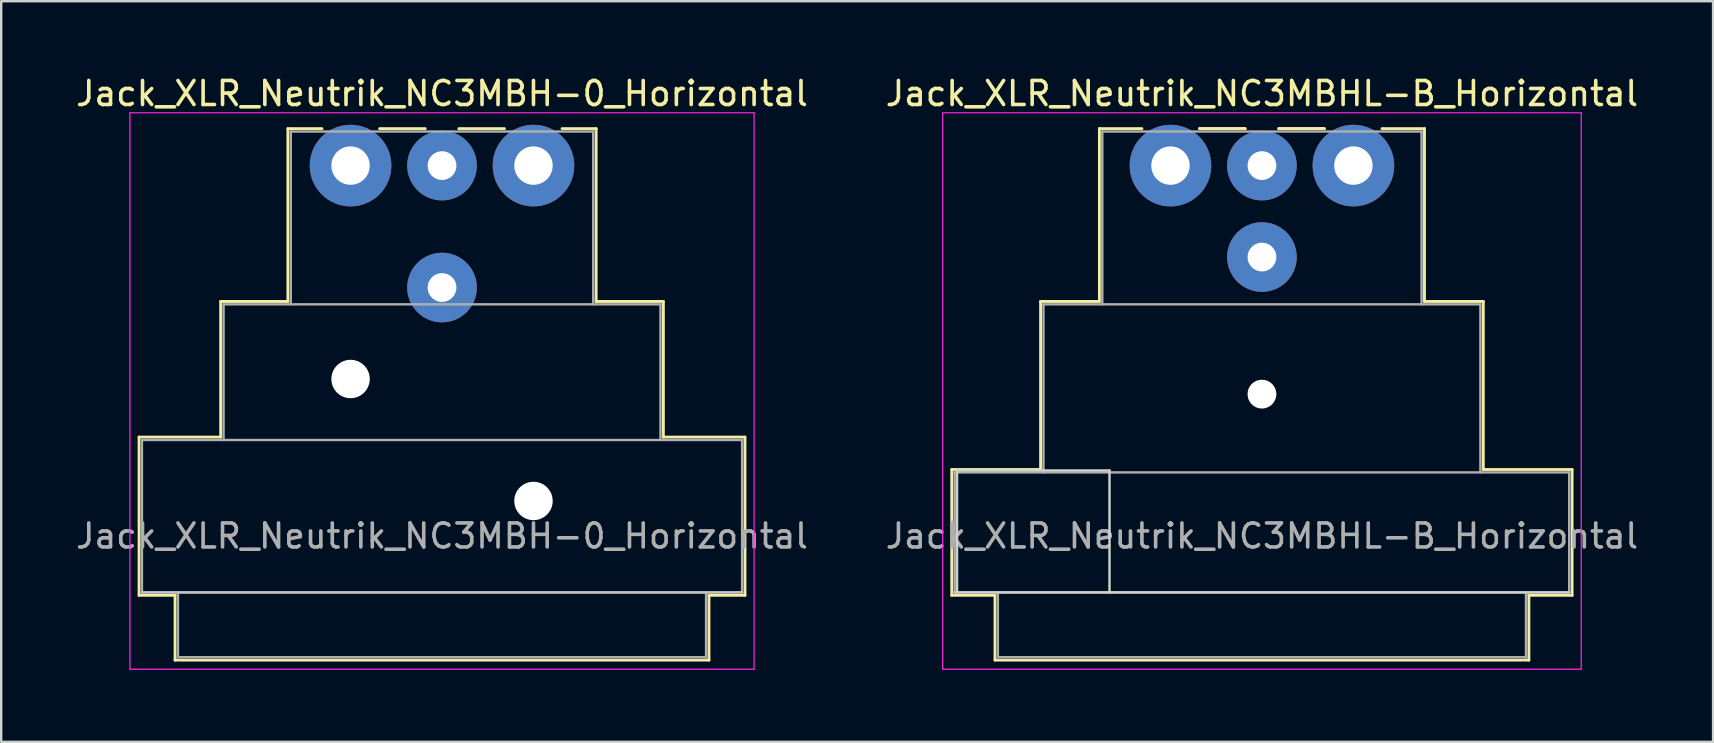
<source format=kicad_pcb>
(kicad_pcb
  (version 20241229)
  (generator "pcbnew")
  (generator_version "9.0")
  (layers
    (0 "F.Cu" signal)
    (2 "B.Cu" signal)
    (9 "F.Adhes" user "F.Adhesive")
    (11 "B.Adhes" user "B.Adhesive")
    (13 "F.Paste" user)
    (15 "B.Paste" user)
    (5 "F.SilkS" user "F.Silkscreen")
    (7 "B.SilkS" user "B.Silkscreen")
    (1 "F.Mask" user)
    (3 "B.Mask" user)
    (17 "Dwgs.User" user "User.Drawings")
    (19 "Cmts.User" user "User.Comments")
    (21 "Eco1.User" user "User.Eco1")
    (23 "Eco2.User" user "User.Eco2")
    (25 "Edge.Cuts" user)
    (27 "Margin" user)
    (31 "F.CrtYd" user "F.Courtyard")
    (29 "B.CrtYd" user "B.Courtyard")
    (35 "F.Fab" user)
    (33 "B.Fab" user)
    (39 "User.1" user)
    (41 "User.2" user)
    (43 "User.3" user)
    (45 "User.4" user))
  (footprint "Jack_XLR_Neutrik_NC3MBH-0_Horizontal"
    (layer "F.Cu")
    (at 11.553 3.848)
    (property "Reference" "Jack_XLR_Neutrik_NC3MBH-0_Horizontal" (at 3.81 -3 0) (layer "F.SilkS") (effects (font (size 1 1) (thickness 0.15))))
    (attr through_hole)
    (fp_line (start -8.81 11.31) (end -5.41 11.31) (stroke (width 0.12) (type solid)) (layer "F.SilkS"))
    (fp_line (start -8.81 17.9) (end -8.81 11.31) (stroke (width 0.12) (type solid)) (layer "F.SilkS"))
    (fp_line (start -7.31 17.9) (end -8.81 17.9) (stroke (width 0.12) (type solid)) (layer "F.SilkS"))
    (fp_line (start -7.31 17.9) (end -7.31 20.6) (stroke (width 0.12) (type solid)) (layer "F.SilkS"))
    (fp_line (start -5.41 11.31) (end -5.41 5.66) (stroke (width 0.12) (type solid)) (layer "F.SilkS"))
    (fp_line (start -2.61 5.66) (end -5.41 5.66) (stroke (width 0.12) (type solid)) (layer "F.SilkS"))
    (fp_line (start -2.61 5.66) (end -2.61 -1.54) (stroke (width 0.12) (type solid)) (layer "F.SilkS"))
    (fp_line (start -1.19 -1.54) (end -2.61 -1.54) (stroke (width 0.12) (type solid)) (layer "F.SilkS"))
    (fp_line (start 3.11 -1.54) (end 1.21 -1.54) (stroke (width 0.12) (type solid)) (layer "F.SilkS"))
    (fp_line (start 4.51 -1.54) (end 6.41 -1.54) (stroke (width 0.12) (type solid)) (layer "F.SilkS"))
    (fp_line (start 10.23 -1.54) (end 8.81 -1.54) (stroke (width 0.12) (type solid)) (layer "F.SilkS"))
    (fp_line (start 10.23 5.66) (end 10.23 -1.54) (stroke (width 0.12) (type solid)) (layer "F.SilkS"))
    (fp_line (start 10.23 5.66) (end 13.03 5.66) (stroke (width 0.12) (type solid)) (layer "F.SilkS"))
    (fp_line (start 13.03 11.31) (end 13.03 5.66) (stroke (width 0.12) (type solid)) (layer "F.SilkS"))
    (fp_line (start 13.03 11.31) (end 16.43 11.31) (stroke (width 0.12) (type solid)) (layer "F.SilkS"))
    (fp_line (start 14.93 17.9) (end 14.93 20.6) (stroke (width 0.12) (type solid)) (layer "F.SilkS"))
    (fp_line (start 14.93 20.6) (end -7.31 20.6) (stroke (width 0.12) (type solid)) (layer "F.SilkS"))
    (fp_line (start 16.43 17.9) (end 14.93 17.9) (stroke (width 0.12) (type solid)) (layer "F.SilkS"))
    (fp_line (start 16.43 17.9) (end 16.43 11.31) (stroke (width 0.12) (type solid)) (layer "F.SilkS"))
    (fp_line (start 16.31 17.78) (end -8.69 17.78) (stroke (width 0.1) (type solid)) (layer "Dwgs.User"))
    (fp_line (start -9.19 20.98) (end -9.19 -2.2) (stroke (width 0.05) (type solid)) (layer "F.CrtYd"))
    (fp_line (start 16.81 -2.2) (end -9.19 -2.2) (stroke (width 0.05) (type solid)) (layer "F.CrtYd"))
    (fp_line (start 16.81 20.98) (end -9.19 20.98) (stroke (width 0.05) (type solid)) (layer "F.CrtYd"))
    (fp_line (start 16.81 20.98) (end 16.81 -2.2) (stroke (width 0.05) (type solid)) (layer "F.CrtYd"))
    (fp_line (start -8.69 11.43) (end 16.31 11.43) (stroke (width 0.1) (type solid)) (layer "F.Fab"))
    (fp_line (start -8.69 17.78) (end -8.69 11.43) (stroke (width 0.1) (type solid)) (layer "F.Fab"))
    (fp_line (start -7.19 20.48) (end -7.19 17.78) (stroke (width 0.1) (type solid)) (layer "F.Fab"))
    (fp_line (start -5.29 5.78) (end -5.29 11.43) (stroke (width 0.1) (type solid)) (layer "F.Fab"))
    (fp_line (start -5.29 5.78) (end 12.91 5.78) (stroke (width 0.1) (type solid)) (layer "F.Fab"))
    (fp_line (start -2.49 5.78) (end -2.49 -1.42) (stroke (width 0.1) (type solid)) (layer "F.Fab"))
    (fp_line (start 10.11 -1.42) (end -2.49 -1.42) (stroke (width 0.1) (type solid)) (layer "F.Fab"))
    (fp_line (start 10.11 5.78) (end 10.11 -1.42) (stroke (width 0.1) (type solid)) (layer "F.Fab"))
    (fp_line (start 12.91 11.43) (end 12.91 5.78) (stroke (width 0.1) (type solid)) (layer "F.Fab"))
    (fp_line (start 14.81 17.78) (end 14.81 20.48) (stroke (width 0.1) (type solid)) (layer "F.Fab"))
    (fp_line (start 14.81 20.48) (end -7.19 20.48) (stroke (width 0.1) (type solid)) (layer "F.Fab"))
    (fp_line (start 16.31 11.43) (end 16.31 17.78) (stroke (width 0.1) (type solid)) (layer "F.Fab"))
    (fp_line (start 16.31 17.78) (end -8.69 17.78) (stroke (width 0.1) (type solid)) (layer "F.Fab"))
    (fp_text user "${REFERENCE}" (at 3.81 15.43 0) (layer "F.Fab") (effects (font (size 1 1) (thickness 0.15))))
    (pad "" np_thru_hole circle (at 0 8.89) (size 1.6 1.6) (drill 1.6) (layers "*.Cu" "*.Mask"))
    (pad "" np_thru_hole circle (at 7.62 13.97) (size 1.6 1.6) (drill 1.6) (layers "*.Cu" "*.Mask"))
    (pad "1" thru_hole circle (at 0 0) (size 3.4 3.4) (drill 1.6) (layers "*.Cu" "*.Mask"))
    (pad "2" thru_hole circle (at 7.62 0) (size 3.4 3.4) (drill 1.6) (layers "*.Cu" "*.Mask"))
    (pad "3" thru_hole circle (at 3.81 0) (size 2.9 2.9) (drill 1.2) (layers "*.Cu" "*.Mask"))
    (pad "G" thru_hole circle (at 3.81 5.08) (size 2.9 2.9) (drill 1.2) (layers "*.Cu" "*.Mask")))
  (footprint "Jack_XLR_Neutrik_NC3MBHL-B_Horizontal"
    (layer "F.Cu")
    (at 45.708 3.848)
    (property "Reference" "Jack_XLR_Neutrik_NC3MBHL-B_Horizontal" (at 3.81 -3 0) (layer "F.SilkS") (effects (font (size 1 1) (thickness 0.15))))
    (attr through_hole)
    (fp_line (start -9.11 12.66) (end -5.41 12.66) (stroke (width 0.12) (type solid)) (layer "F.SilkS"))
    (fp_line (start -9.11 17.9) (end -9.11 12.66) (stroke (width 0.12) (type solid)) (layer "F.SilkS"))
    (fp_line (start -7.31 17.9) (end -9.11 17.9) (stroke (width 0.12) (type solid)) (layer "F.SilkS"))
    (fp_line (start -7.31 17.9) (end -7.31 20.6) (stroke (width 0.12) (type solid)) (layer "F.SilkS"))
    (fp_line (start -5.41 12.66) (end -5.41 5.66) (stroke (width 0.12) (type solid)) (layer "F.SilkS"))
    (fp_line (start -2.96 5.66) (end -5.41 5.66) (stroke (width 0.12) (type solid)) (layer "F.SilkS"))
    (fp_line (start -2.96 5.66) (end -2.96 -1.54) (stroke (width 0.12) (type solid)) (layer "F.SilkS"))
    (fp_line (start -1.19 -1.54) (end -2.96 -1.54) (stroke (width 0.12) (type solid)) (layer "F.SilkS"))
    (fp_line (start 3.11 -1.54) (end 1.21 -1.54) (stroke (width 0.12) (type solid)) (layer "F.SilkS"))
    (fp_line (start 3.11 -1.54) (end 1.21 -1.54) (stroke (width 0.12) (type solid)) (layer "F.SilkS"))
    (fp_line (start 4.51 -1.54) (end 6.41 -1.54) (stroke (width 0.12) (type solid)) (layer "F.SilkS"))
    (fp_line (start 4.51 -1.54) (end 6.41 -1.54) (stroke (width 0.12) (type solid)) (layer "F.SilkS"))
    (fp_line (start 10.58 -1.54) (end 8.81 -1.54) (stroke (width 0.12) (type solid)) (layer "F.SilkS"))
    (fp_line (start 10.58 5.66) (end 10.58 -1.54) (stroke (width 0.12) (type solid)) (layer "F.SilkS"))
    (fp_line (start 10.58 5.66) (end 13.03 5.66) (stroke (width 0.12) (type solid)) (layer "F.SilkS"))
    (fp_line (start 13.03 12.66) (end 13.03 5.66) (stroke (width 0.12) (type solid)) (layer "F.SilkS"))
    (fp_line (start 13.03 12.66) (end 16.73 12.66) (stroke (width 0.12) (type solid)) (layer "F.SilkS"))
    (fp_line (start 14.93 17.9) (end 14.93 20.6) (stroke (width 0.12) (type solid)) (layer "F.SilkS"))
    (fp_line (start 14.93 20.6) (end -7.31 20.6) (stroke (width 0.12) (type solid)) (layer "F.SilkS"))
    (fp_line (start 16.73 17.9) (end 14.93 17.9) (stroke (width 0.12) (type solid)) (layer "F.SilkS"))
    (fp_line (start 16.73 17.9) (end 16.73 12.66) (stroke (width 0.12) (type solid)) (layer "F.SilkS"))
    (fp_line (start -8.89 12.7) (end -8.89 17.78) (stroke (width 0.1) (type solid)) (layer "Edge.Cuts"))
    (fp_line (start -2.54 12.7) (end -8.89 12.7) (stroke (width 0.1) (type solid)) (layer "Edge.Cuts"))
    (fp_line (start -2.54 17.78) (end -2.54 12.7) (stroke (width 0.1) (type solid)) (layer "Edge.Cuts"))
    (fp_line (start 16.61 17.78) (end -8.99 17.78) (stroke (width 0.1) (type solid)) (layer "Edge.Cuts"))
    (fp_line (start -9.49 20.98) (end -9.49 -2.2) (stroke (width 0.05) (type solid)) (layer "F.CrtYd"))
    (fp_line (start 17.11 -2.2) (end -9.49 -2.2) (stroke (width 0.05) (type solid)) (layer "F.CrtYd"))
    (fp_line (start 17.11 20.98) (end -9.49 20.98) (stroke (width 0.05) (type solid)) (layer "F.CrtYd"))
    (fp_line (start 17.11 20.98) (end 17.11 -2.2) (stroke (width 0.05) (type solid)) (layer "F.CrtYd"))
    (fp_line (start -8.99 12.78) (end 16.61 12.78) (stroke (width 0.1) (type solid)) (layer "F.Fab"))
    (fp_line (start -8.99 17.78) (end -8.99 12.78) (stroke (width 0.1) (type solid)) (layer "F.Fab"))
    (fp_line (start -7.19 20.48) (end -7.19 17.78) (stroke (width 0.1) (type solid)) (layer "F.Fab"))
    (fp_line (start -5.29 5.78) (end -5.29 12.78) (stroke (width 0.1) (type solid)) (layer "F.Fab"))
    (fp_line (start -5.29 5.78) (end 12.91 5.78) (stroke (width 0.1) (type solid)) (layer "F.Fab"))
    (fp_line (start -2.84 5.78) (end -2.84 -1.42) (stroke (width 0.1) (type solid)) (layer "F.Fab"))
    (fp_line (start 10.46 -1.42) (end -2.84 -1.42) (stroke (width 0.1) (type solid)) (layer "F.Fab"))
    (fp_line (start 10.46 5.78) (end 10.46 -1.42) (stroke (width 0.1) (type solid)) (layer "F.Fab"))
    (fp_line (start 12.91 12.78) (end 12.91 5.78) (stroke (width 0.1) (type solid)) (layer "F.Fab"))
    (fp_line (start 14.81 17.78) (end 14.81 20.48) (stroke (width 0.1) (type solid)) (layer "F.Fab"))
    (fp_line (start 14.81 20.48) (end -7.19 20.48) (stroke (width 0.1) (type solid)) (layer "F.Fab"))
    (fp_line (start 16.61 12.78) (end 16.61 17.78) (stroke (width 0.1) (type solid)) (layer "F.Fab"))
    (fp_line (start 16.61 17.78) (end -8.99 17.78) (stroke (width 0.1) (type solid)) (layer "F.Fab"))
    (fp_text user "${REFERENCE}" (at 3.81 15.43 0) (layer "F.Fab") (effects (font (size 1 1) (thickness 0.15))))
    (pad "" np_thru_hole circle (at 3.81 9.52) (size 1.2 1.2) (drill 1.2) (layers "*.Cu" "*.Mask"))
    (pad "1" thru_hole circle (at 0 0) (size 3.4 3.4) (drill 1.6) (layers "*.Cu" "*.Mask"))
    (pad "2" thru_hole circle (at 3.81 0) (size 2.9 2.9) (drill 1.2) (layers "*.Cu" "*.Mask"))
    (pad "3" thru_hole circle (at 7.62 0) (size 3.4 3.4) (drill 1.6) (layers "*.Cu" "*.Mask"))
    (pad "G" thru_hole circle (at 3.81 3.81) (size 2.9 2.9) (drill 1.2) (layers "*.Cu" "*.Mask")))
  (gr_rect
    (start -3 -3)
    (end 68.31 27.853)
    (stroke (width 0.1) (type default))
    (fill no)
    (layer "Edge.Cuts")))
</source>
